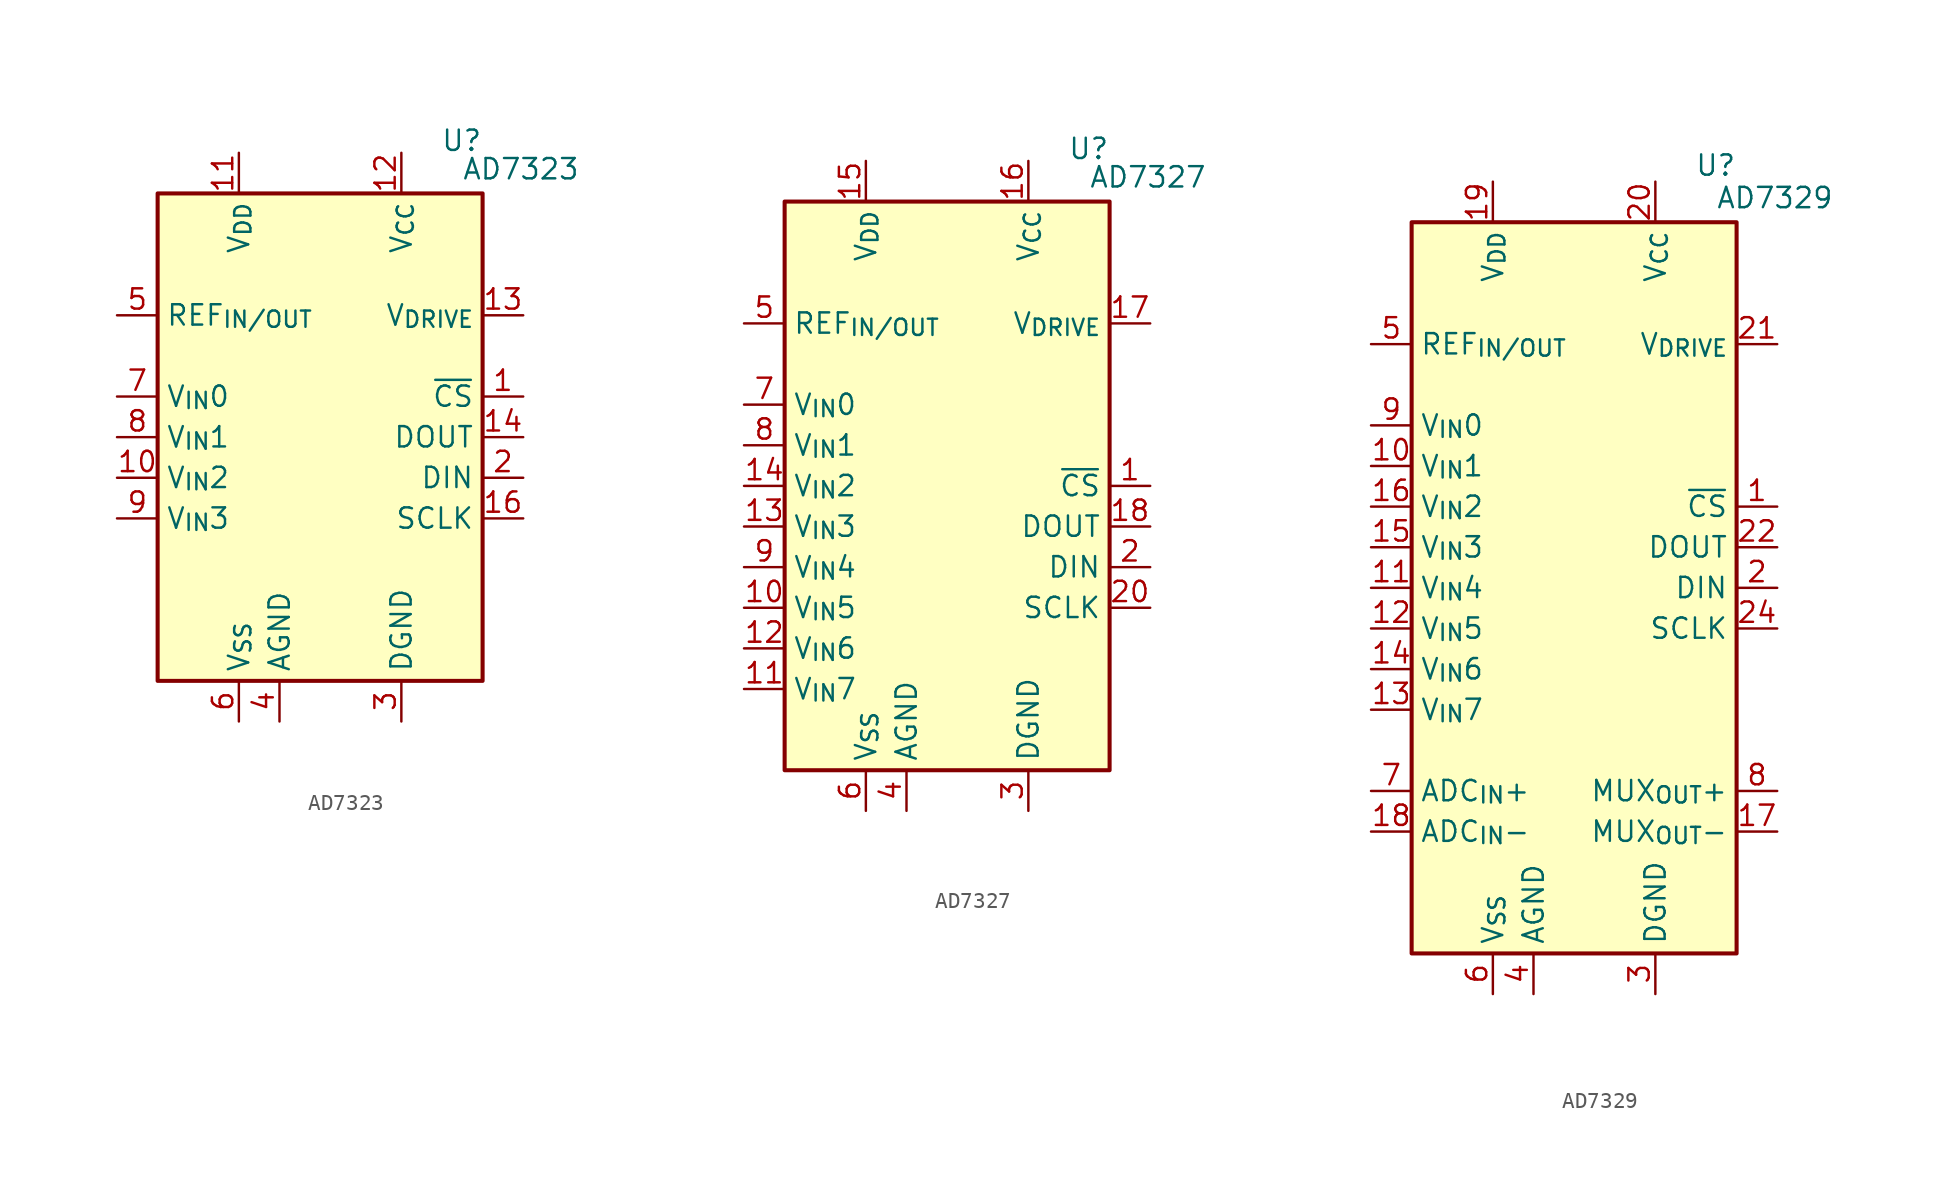
<source format=kicad_sym>
(kicad_symbol_lib
  (version 20231120)
  (generator "kicad_symbol_editor")
  (generator_version "8.0")
  (symbol "AD7323"
    (property "Reference" "U"
      (at 10.16 18.542 0)
      (effects (font (size 1.27 1.27)) (justify right)))
    (property "Value" "AD7323"
      (at 16.256 16.764 0)
      (effects (font (size 1.27 1.27)) (justify right)))
    (symbol "AD7323_0_1"
      (rectangle (start -10.16 15.24) (end 10.16 -15.24) (stroke (width 0.254) (type default)) (fill (type background))))
    (symbol "AD7323_1_1"
      (pin input line (at 12.7 2.54 180) (length 2.54) (name "~{CS}" (effects (font (size 1.27 1.27)))) (number "1" (effects (font (size 1.27 1.27)))))
      (pin input line (at -12.7 -2.54 0) (length 2.54) (name "V_{IN}2" (effects (font (size 1.27 1.27)))) (number "10" (effects (font (size 1.27 1.27)))))
      (pin power_in line (at -5.08 17.78 270) (length 2.54) (name "V_{DD}" (effects (font (size 1.27 1.27)))) (number "11" (effects (font (size 1.27 1.27)))))
      (pin power_in line (at 5.08 17.78 270) (length 2.54) (name "V_{CC}" (effects (font (size 1.27 1.27)))) (number "12" (effects (font (size 1.27 1.27)))))
      (pin power_in line (at 12.7 7.62 180) (length 2.54) (name "V_{DRIVE}" (effects (font (size 1.27 1.27)))) (number "13" (effects (font (size 1.27 1.27)))))
      (pin output line (at 12.7 0 180) (length 2.54) (name "DOUT" (effects (font (size 1.27 1.27)))) (number "14" (effects (font (size 1.27 1.27)))))
      (pin passive line (at 5.08 -17.78 90) (length 2.54) hide (name "DGND" (effects (font (size 1.27 1.27)))) (number "15" (effects (font (size 1.27 1.27)))))
      (pin input line (at 12.7 -5.08 180) (length 2.54) (name "SCLK" (effects (font (size 1.27 1.27)))) (number "16" (effects (font (size 1.27 1.27)))))
      (pin input line (at 12.7 -2.54 180) (length 2.54) (name "DIN" (effects (font (size 1.27 1.27)))) (number "2" (effects (font (size 1.27 1.27)))))
      (pin power_in line (at 5.08 -17.78 90) (length 2.54) (name "DGND" (effects (font (size 1.27 1.27)))) (number "3" (effects (font (size 1.27 1.27)))))
      (pin power_in line (at -2.54 -17.78 90) (length 2.54) (name "AGND" (effects (font (size 1.27 1.27)))) (number "4" (effects (font (size 1.27 1.27)))))
      (pin power_in line (at -12.7 7.62 0) (length 2.54) (name "REF_{IN/OUT}" (effects (font (size 1.27 1.27)))) (number "5" (effects (font (size 1.27 1.27)))))
      (pin power_in line (at -5.08 -17.78 90) (length 2.54) (name "V_{SS}" (effects (font (size 1.27 1.27)))) (number "6" (effects (font (size 1.27 1.27)))))
      (pin input line (at -12.7 2.54 0) (length 2.54) (name "V_{IN}0" (effects (font (size 1.27 1.27)))) (number "7" (effects (font (size 1.27 1.27)))))
      (pin input line (at -12.7 0 0) (length 2.54) (name "V_{IN}1" (effects (font (size 1.27 1.27)))) (number "8" (effects (font (size 1.27 1.27)))))
      (pin input line (at -12.7 -5.08 0) (length 2.54) (name "V_{IN}3" (effects (font (size 1.27 1.27)))) (number "9" (effects (font (size 1.27 1.27)))))))
  (symbol "AD7327"
    (property "Reference" "U"
      (at 10.16 21.082 0)
      (effects (font (size 1.27 1.27)) (justify right)))
    (property "Value" "AD7327"
      (at 16.256 19.304 0)
      (effects (font (size 1.27 1.27)) (justify right)))
    (symbol "AD7327_0_1"
      (rectangle (start -10.16 17.78) (end 10.16 -17.78) (stroke (width 0.254) (type default)) (fill (type background))))
    (symbol "AD7327_1_1"
      (pin input line (at 12.7 0 180) (length 2.54) (name "~{CS}" (effects (font (size 1.27 1.27)))) (number "1" (effects (font (size 1.27 1.27)))))
      (pin input line (at -12.7 -7.62 0) (length 2.54) (name "V_{IN}5" (effects (font (size 1.27 1.27)))) (number "10" (effects (font (size 1.27 1.27)))))
      (pin input line (at -12.7 -12.7 0) (length 2.54) (name "V_{IN}7" (effects (font (size 1.27 1.27)))) (number "11" (effects (font (size 1.27 1.27)))))
      (pin input line (at -12.7 -10.16 0) (length 2.54) (name "V_{IN}6" (effects (font (size 1.27 1.27)))) (number "12" (effects (font (size 1.27 1.27)))))
      (pin input line (at -12.7 -2.54 0) (length 2.54) (name "V_{IN}3" (effects (font (size 1.27 1.27)))) (number "13" (effects (font (size 1.27 1.27)))))
      (pin input line (at -12.7 0 0) (length 2.54) (name "V_{IN}2" (effects (font (size 1.27 1.27)))) (number "14" (effects (font (size 1.27 1.27)))))
      (pin power_in line (at -5.08 20.32 270) (length 2.54) (name "V_{DD}" (effects (font (size 1.27 1.27)))) (number "15" (effects (font (size 1.27 1.27)))))
      (pin power_in line (at 5.08 20.32 270) (length 2.54) (name "V_{CC}" (effects (font (size 1.27 1.27)))) (number "16" (effects (font (size 1.27 1.27)))))
      (pin power_in line (at 12.7 10.16 180) (length 2.54) (name "V_{DRIVE}" (effects (font (size 1.27 1.27)))) (number "17" (effects (font (size 1.27 1.27)))))
      (pin output line (at 12.7 -2.54 180) (length 2.54) (name "DOUT" (effects (font (size 1.27 1.27)))) (number "18" (effects (font (size 1.27 1.27)))))
      (pin passive line (at 5.08 -20.32 90) (length 2.54) hide (name "DGND" (effects (font (size 1.27 1.27)))) (number "19" (effects (font (size 1.27 1.27)))))
      (pin input line (at 12.7 -5.08 180) (length 2.54) (name "DIN" (effects (font (size 1.27 1.27)))) (number "2" (effects (font (size 1.27 1.27)))))
      (pin input line (at 12.7 -7.62 180) (length 2.54) (name "SCLK" (effects (font (size 1.27 1.27)))) (number "20" (effects (font (size 1.27 1.27)))))
      (pin power_in line (at 5.08 -20.32 90) (length 2.54) (name "DGND" (effects (font (size 1.27 1.27)))) (number "3" (effects (font (size 1.27 1.27)))))
      (pin power_in line (at -2.54 -20.32 90) (length 2.54) (name "AGND" (effects (font (size 1.27 1.27)))) (number "4" (effects (font (size 1.27 1.27)))))
      (pin power_in line (at -12.7 10.16 0) (length 2.54) (name "REF_{IN/OUT}" (effects (font (size 1.27 1.27)))) (number "5" (effects (font (size 1.27 1.27)))))
      (pin power_in line (at -5.08 -20.32 90) (length 2.54) (name "V_{SS}" (effects (font (size 1.27 1.27)))) (number "6" (effects (font (size 1.27 1.27)))))
      (pin input line (at -12.7 5.08 0) (length 2.54) (name "V_{IN}0" (effects (font (size 1.27 1.27)))) (number "7" (effects (font (size 1.27 1.27)))))
      (pin input line (at -12.7 2.54 0) (length 2.54) (name "V_{IN}1" (effects (font (size 1.27 1.27)))) (number "8" (effects (font (size 1.27 1.27)))))
      (pin input line (at -12.7 -5.08 0) (length 2.54) (name "V_{IN}4" (effects (font (size 1.27 1.27)))) (number "9" (effects (font (size 1.27 1.27)))))))
  (symbol "AD7329"
    (property "Reference" "U"
      (at 10.16 26.416 0)
      (effects (font (size 1.27 1.27)) (justify right)))
    (property "Value" "AD7329"
      (at 16.256 24.384 0)
      (effects (font (size 1.27 1.27)) (justify right)))
    (symbol "AD7329_0_1"
      (rectangle (start -10.16 22.86) (end 10.16 -22.86) (stroke (width 0.254) (type default)) (fill (type background))))
    (symbol "AD7329_1_1"
      (pin input line (at 12.7 5.08 180) (length 2.54) (name "~{CS}" (effects (font (size 1.27 1.27)))) (number "1" (effects (font (size 1.27 1.27)))))
      (pin input line (at -12.7 7.62 0) (length 2.54) (name "V_{IN}1" (effects (font (size 1.27 1.27)))) (number "10" (effects (font (size 1.27 1.27)))))
      (pin input line (at -12.7 0 0) (length 2.54) (name "V_{IN}4" (effects (font (size 1.27 1.27)))) (number "11" (effects (font (size 1.27 1.27)))))
      (pin input line (at -12.7 -2.54 0) (length 2.54) (name "V_{IN}5" (effects (font (size 1.27 1.27)))) (number "12" (effects (font (size 1.27 1.27)))))
      (pin input line (at -12.7 -7.62 0) (length 2.54) (name "V_{IN}7" (effects (font (size 1.27 1.27)))) (number "13" (effects (font (size 1.27 1.27)))))
      (pin input line (at -12.7 -5.08 0) (length 2.54) (name "V_{IN}6" (effects (font (size 1.27 1.27)))) (number "14" (effects (font (size 1.27 1.27)))))
      (pin input line (at -12.7 2.54 0) (length 2.54) (name "V_{IN}3" (effects (font (size 1.27 1.27)))) (number "15" (effects (font (size 1.27 1.27)))))
      (pin input line (at -12.7 5.08 0) (length 2.54) (name "V_{IN}2" (effects (font (size 1.27 1.27)))) (number "16" (effects (font (size 1.27 1.27)))))
      (pin output line (at 12.7 -15.24 180) (length 2.54) (name "MUX_{OUT}-" (effects (font (size 1.27 1.27)))) (number "17" (effects (font (size 1.27 1.27)))))
      (pin power_in line (at -12.7 -15.24 0) (length 2.54) (name "ADC_{IN}-" (effects (font (size 1.27 1.27)))) (number "18" (effects (font (size 1.27 1.27)))))
      (pin power_in line (at -5.08 25.4 270) (length 2.54) (name "V_{DD}" (effects (font (size 1.27 1.27)))) (number "19" (effects (font (size 1.27 1.27)))))
      (pin input line (at 12.7 0 180) (length 2.54) (name "DIN" (effects (font (size 1.27 1.27)))) (number "2" (effects (font (size 1.27 1.27)))))
      (pin power_in line (at 5.08 25.4 270) (length 2.54) (name "V_{CC}" (effects (font (size 1.27 1.27)))) (number "20" (effects (font (size 1.27 1.27)))))
      (pin power_in line (at 12.7 15.24 180) (length 2.54) (name "V_{DRIVE}" (effects (font (size 1.27 1.27)))) (number "21" (effects (font (size 1.27 1.27)))))
      (pin output line (at 12.7 2.54 180) (length 2.54) (name "DOUT" (effects (font (size 1.27 1.27)))) (number "22" (effects (font (size 1.27 1.27)))))
      (pin passive line (at 5.08 -25.4 90) (length 2.54) hide (name "DGND" (effects (font (size 1.27 1.27)))) (number "23" (effects (font (size 1.27 1.27)))))
      (pin input line (at 12.7 -2.54 180) (length 2.54) (name "SCLK" (effects (font (size 1.27 1.27)))) (number "24" (effects (font (size 1.27 1.27)))))
      (pin power_in line (at 5.08 -25.4 90) (length 2.54) (name "DGND" (effects (font (size 1.27 1.27)))) (number "3" (effects (font (size 1.27 1.27)))))
      (pin power_in line (at -2.54 -25.4 90) (length 2.54) (name "AGND" (effects (font (size 1.27 1.27)))) (number "4" (effects (font (size 1.27 1.27)))))
      (pin power_in line (at -12.7 15.24 0) (length 2.54) (name "REF_{IN/OUT}" (effects (font (size 1.27 1.27)))) (number "5" (effects (font (size 1.27 1.27)))))
      (pin power_in line (at -5.08 -25.4 90) (length 2.54) (name "V_{SS}" (effects (font (size 1.27 1.27)))) (number "6" (effects (font (size 1.27 1.27)))))
      (pin power_in line (at -12.7 -12.7 0) (length 2.54) (name "ADC_{IN}+" (effects (font (size 1.27 1.27)))) (number "7" (effects (font (size 1.27 1.27)))))
      (pin output line (at 12.7 -12.7 180) (length 2.54) (name "MUX_{OUT}+" (effects (font (size 1.27 1.27)))) (number "8" (effects (font (size 1.27 1.27)))))
      (pin input line (at -12.7 10.16 0) (length 2.54) (name "V_{IN}0" (effects (font (size 1.27 1.27)))) (number "9" (effects (font (size 1.27 1.27))))))))
</source>
